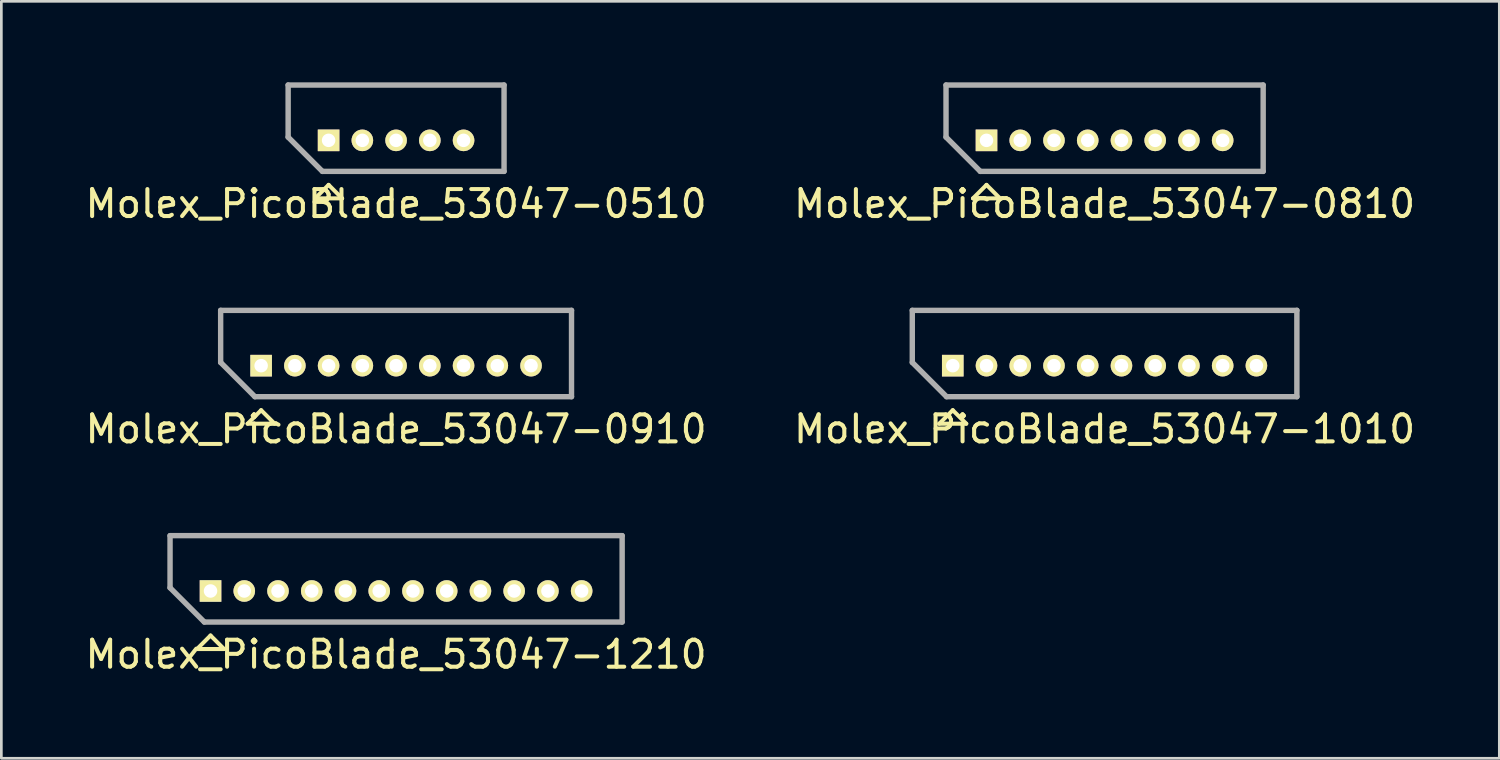
<source format=kicad_pcb>
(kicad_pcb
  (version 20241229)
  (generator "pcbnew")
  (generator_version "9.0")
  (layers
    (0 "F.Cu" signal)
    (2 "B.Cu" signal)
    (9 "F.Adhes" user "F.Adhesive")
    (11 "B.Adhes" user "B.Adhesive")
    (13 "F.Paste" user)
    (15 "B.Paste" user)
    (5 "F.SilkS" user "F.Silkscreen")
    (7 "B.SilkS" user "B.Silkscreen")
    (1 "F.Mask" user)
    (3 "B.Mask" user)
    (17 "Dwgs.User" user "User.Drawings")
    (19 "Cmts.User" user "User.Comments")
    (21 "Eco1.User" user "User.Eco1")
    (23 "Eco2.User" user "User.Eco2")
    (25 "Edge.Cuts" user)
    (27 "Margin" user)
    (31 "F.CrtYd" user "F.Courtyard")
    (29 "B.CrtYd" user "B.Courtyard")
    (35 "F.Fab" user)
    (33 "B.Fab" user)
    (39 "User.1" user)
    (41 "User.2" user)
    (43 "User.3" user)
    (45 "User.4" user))
  (footprint "Molex_PicoBlade_53047-1210"
    (layer "F.Cu")
    (at 4.75 18.846)
    (property "Reference" "Molex_PicoBlade_53047-1210" (at 6.875 2.35 0) (layer "F.SilkS") (effects (font (size 1 1) (thickness 0.15))))
    (attr through_hole)
    (fp_line (start -1.5 -2.05) (end 15.25 -2.05) (stroke (width 0.15) (type solid)) (layer "F.SilkS"))
    (fp_line (start -1.5 -0.12) (end -1.5 -2.05) (stroke (width 0.15) (type solid)) (layer "F.SilkS"))
    (fp_line (start -0.5 2.15) (end 0 1.65) (stroke (width 0.15) (type solid)) (layer "F.SilkS"))
    (fp_line (start 0 1.65) (end 0.5 2.15) (stroke (width 0.15) (type solid)) (layer "F.SilkS"))
    (fp_line (start 0.5 2.15) (end -0.5 2.15) (stroke (width 0.15) (type solid)) (layer "F.SilkS"))
    (fp_line (start 15.25 -2.05) (end 15.25 1.15) (stroke (width 0.15) (type solid)) (layer "F.SilkS"))
    (fp_line (start 15.25 1.15) (end -0.23 1.15) (stroke (width 0.15) (type solid)) (layer "F.SilkS"))
    (fp_line (start -1.5 -2.05) (end 15.25 -2.05) (stroke (width 0.2) (type solid)) (layer "F.Fab"))
    (fp_line (start -1.5 -0.12) (end -1.5 -2.05) (stroke (width 0.2) (type solid)) (layer "F.Fab"))
    (fp_line (start -0.23 1.15) (end -1.5 -0.12) (stroke (width 0.2) (type solid)) (layer "F.Fab"))
    (fp_line (start 15.25 -2.05) (end 15.25 1.15) (stroke (width 0.2) (type solid)) (layer "F.Fab"))
    (fp_line (start 15.25 1.15) (end -0.23 1.15) (stroke (width 0.2) (type solid)) (layer "F.Fab"))
    (pad "1" thru_hole rect (at 0 0) (size 0.8 0.8) (drill 0.5) (layers "*.Cu" "*.Mask" "F.SilkS"))
    (pad "2" thru_hole oval (at 1.25 0) (size 0.8 0.8) (drill 0.5) (layers "*.Cu" "*.Mask" "F.SilkS"))
    (pad "3" thru_hole oval (at 2.5 0) (size 0.8 0.8) (drill 0.5) (layers "*.Cu" "*.Mask" "F.SilkS"))
    (pad "4" thru_hole oval (at 3.75 0) (size 0.8 0.8) (drill 0.5) (layers "*.Cu" "*.Mask" "F.SilkS"))
    (pad "5" thru_hole oval (at 5 0) (size 0.8 0.8) (drill 0.5) (layers "*.Cu" "*.Mask" "F.SilkS"))
    (pad "6" thru_hole oval (at 6.25 0) (size 0.8 0.8) (drill 0.5) (layers "*.Cu" "*.Mask" "F.SilkS"))
    (pad "7" thru_hole oval (at 7.5 0) (size 0.8 0.8) (drill 0.5) (layers "*.Cu" "*.Mask" "F.SilkS"))
    (pad "8" thru_hole oval (at 8.75 0) (size 0.8 0.8) (drill 0.5) (layers "*.Cu" "*.Mask" "F.SilkS"))
    (pad "9" thru_hole oval (at 10 0) (size 0.8 0.8) (drill 0.5) (layers "*.Cu" "*.Mask" "F.SilkS"))
    (pad "10" thru_hole oval (at 11.25 0) (size 0.8 0.8) (drill 0.5) (layers "*.Cu" "*.Mask" "F.SilkS"))
    (pad "11" thru_hole oval (at 12.5 0) (size 0.8 0.8) (drill 0.5) (layers "*.Cu" "*.Mask" "F.SilkS"))
    (pad "12" thru_hole oval (at 13.75 0) (size 0.8 0.8) (drill 0.5) (layers "*.Cu" "*.Mask" "F.SilkS")))
  (footprint "Molex_PicoBlade_53047-0510"
    (layer "F.Cu")
    (at 9.125 2.15)
    (property "Reference" "Molex_PicoBlade_53047-0510" (at 2.5 2.35 0) (layer "F.SilkS") (effects (font (size 1 1) (thickness 0.15))))
    (attr through_hole)
    (fp_line (start -1.5 -2.05) (end 6.5 -2.05) (stroke (width 0.15) (type solid)) (layer "F.SilkS"))
    (fp_line (start -1.5 -0.12) (end -1.5 -2.05) (stroke (width 0.15) (type solid)) (layer "F.SilkS"))
    (fp_line (start -0.5 2.15) (end 0 1.65) (stroke (width 0.15) (type solid)) (layer "F.SilkS"))
    (fp_line (start 0 1.65) (end 0.5 2.15) (stroke (width 0.15) (type solid)) (layer "F.SilkS"))
    (fp_line (start 0.5 2.15) (end -0.5 2.15) (stroke (width 0.15) (type solid)) (layer "F.SilkS"))
    (fp_line (start 6.5 -2.05) (end 6.5 1.15) (stroke (width 0.15) (type solid)) (layer "F.SilkS"))
    (fp_line (start 6.5 1.15) (end -0.23 1.15) (stroke (width 0.15) (type solid)) (layer "F.SilkS"))
    (fp_line (start -1.5 -2.05) (end 6.5 -2.05) (stroke (width 0.2) (type solid)) (layer "F.Fab"))
    (fp_line (start -1.5 -0.12) (end -1.5 -2.05) (stroke (width 0.2) (type solid)) (layer "F.Fab"))
    (fp_line (start -0.23 1.15) (end -1.5 -0.12) (stroke (width 0.2) (type solid)) (layer "F.Fab"))
    (fp_line (start 6.5 -2.05) (end 6.5 1.15) (stroke (width 0.2) (type solid)) (layer "F.Fab"))
    (fp_line (start 6.5 1.15) (end -0.23 1.15) (stroke (width 0.2) (type solid)) (layer "F.Fab"))
    (pad "1" thru_hole rect (at 0 0) (size 0.8 0.8) (drill 0.5) (layers "*.Cu" "*.Mask" "F.SilkS"))
    (pad "2" thru_hole oval (at 1.25 0) (size 0.8 0.8) (drill 0.5) (layers "*.Cu" "*.Mask" "F.SilkS"))
    (pad "3" thru_hole oval (at 2.5 0) (size 0.8 0.8) (drill 0.5) (layers "*.Cu" "*.Mask" "F.SilkS"))
    (pad "4" thru_hole oval (at 3.75 0) (size 0.8 0.8) (drill 0.5) (layers "*.Cu" "*.Mask" "F.SilkS"))
    (pad "5" thru_hole oval (at 5 0) (size 0.8 0.8) (drill 0.5) (layers "*.Cu" "*.Mask" "F.SilkS")))
  (footprint "Molex_PicoBlade_53047-0910"
    (layer "F.Cu")
    (at 6.625 10.498)
    (property "Reference" "Molex_PicoBlade_53047-0910" (at 5 2.35 0) (layer "F.SilkS") (effects (font (size 1 1) (thickness 0.15))))
    (attr through_hole)
    (fp_line (start -1.5 -2.05) (end 11.5 -2.05) (stroke (width 0.15) (type solid)) (layer "F.SilkS"))
    (fp_line (start -1.5 -0.12) (end -1.5 -2.05) (stroke (width 0.15) (type solid)) (layer "F.SilkS"))
    (fp_line (start -0.5 2.15) (end 0 1.65) (stroke (width 0.15) (type solid)) (layer "F.SilkS"))
    (fp_line (start 0 1.65) (end 0.5 2.15) (stroke (width 0.15) (type solid)) (layer "F.SilkS"))
    (fp_line (start 0.5 2.15) (end -0.5 2.15) (stroke (width 0.15) (type solid)) (layer "F.SilkS"))
    (fp_line (start 11.5 -2.05) (end 11.5 1.15) (stroke (width 0.15) (type solid)) (layer "F.SilkS"))
    (fp_line (start 11.5 1.15) (end -0.23 1.15) (stroke (width 0.15) (type solid)) (layer "F.SilkS"))
    (fp_line (start -1.5 -2.05) (end 11.5 -2.05) (stroke (width 0.2) (type solid)) (layer "F.Fab"))
    (fp_line (start -1.5 -0.12) (end -1.5 -2.05) (stroke (width 0.2) (type solid)) (layer "F.Fab"))
    (fp_line (start -0.23 1.15) (end -1.5 -0.12) (stroke (width 0.2) (type solid)) (layer "F.Fab"))
    (fp_line (start 11.5 -2.05) (end 11.5 1.15) (stroke (width 0.2) (type solid)) (layer "F.Fab"))
    (fp_line (start 11.5 1.15) (end -0.23 1.15) (stroke (width 0.2) (type solid)) (layer "F.Fab"))
    (pad "1" thru_hole rect (at 0 0) (size 0.8 0.8) (drill 0.5) (layers "*.Cu" "*.Mask" "F.SilkS"))
    (pad "2" thru_hole oval (at 1.25 0) (size 0.8 0.8) (drill 0.5) (layers "*.Cu" "*.Mask" "F.SilkS"))
    (pad "3" thru_hole oval (at 2.5 0) (size 0.8 0.8) (drill 0.5) (layers "*.Cu" "*.Mask" "F.SilkS"))
    (pad "4" thru_hole oval (at 3.75 0) (size 0.8 0.8) (drill 0.5) (layers "*.Cu" "*.Mask" "F.SilkS"))
    (pad "5" thru_hole oval (at 5 0) (size 0.8 0.8) (drill 0.5) (layers "*.Cu" "*.Mask" "F.SilkS"))
    (pad "6" thru_hole oval (at 6.25 0) (size 0.8 0.8) (drill 0.5) (layers "*.Cu" "*.Mask" "F.SilkS"))
    (pad "7" thru_hole oval (at 7.5 0) (size 0.8 0.8) (drill 0.5) (layers "*.Cu" "*.Mask" "F.SilkS"))
    (pad "8" thru_hole oval (at 8.75 0) (size 0.8 0.8) (drill 0.5) (layers "*.Cu" "*.Mask" "F.SilkS"))
    (pad "9" thru_hole oval (at 10 0) (size 0.8 0.8) (drill 0.5) (layers "*.Cu" "*.Mask" "F.SilkS")))
  (footprint "Molex_PicoBlade_53047-1010"
    (layer "F.Cu")
    (at 32.25 10.498)
    (property "Reference" "Molex_PicoBlade_53047-1010" (at 5.625 2.35 0) (layer "F.SilkS") (effects (font (size 1 1) (thickness 0.15))))
    (attr through_hole)
    (fp_line (start -1.5 -2.05) (end 12.75 -2.05) (stroke (width 0.15) (type solid)) (layer "F.SilkS"))
    (fp_line (start -1.5 -0.12) (end -1.5 -2.05) (stroke (width 0.15) (type solid)) (layer "F.SilkS"))
    (fp_line (start -0.5 2.15) (end 0 1.65) (stroke (width 0.15) (type solid)) (layer "F.SilkS"))
    (fp_line (start 0 1.65) (end 0.5 2.15) (stroke (width 0.15) (type solid)) (layer "F.SilkS"))
    (fp_line (start 0.5 2.15) (end -0.5 2.15) (stroke (width 0.15) (type solid)) (layer "F.SilkS"))
    (fp_line (start 12.75 -2.05) (end 12.75 1.15) (stroke (width 0.15) (type solid)) (layer "F.SilkS"))
    (fp_line (start 12.75 1.15) (end -0.23 1.15) (stroke (width 0.15) (type solid)) (layer "F.SilkS"))
    (fp_line (start -1.5 -2.05) (end 12.75 -2.05) (stroke (width 0.2) (type solid)) (layer "F.Fab"))
    (fp_line (start -1.5 -0.12) (end -1.5 -2.05) (stroke (width 0.2) (type solid)) (layer "F.Fab"))
    (fp_line (start -0.23 1.15) (end -1.5 -0.12) (stroke (width 0.2) (type solid)) (layer "F.Fab"))
    (fp_line (start 12.75 -2.05) (end 12.75 1.15) (stroke (width 0.2) (type solid)) (layer "F.Fab"))
    (fp_line (start 12.75 1.15) (end -0.23 1.15) (stroke (width 0.2) (type solid)) (layer "F.Fab"))
    (pad "1" thru_hole rect (at 0 0) (size 0.8 0.8) (drill 0.5) (layers "*.Cu" "*.Mask" "F.SilkS"))
    (pad "2" thru_hole oval (at 1.25 0) (size 0.8 0.8) (drill 0.5) (layers "*.Cu" "*.Mask" "F.SilkS"))
    (pad "3" thru_hole oval (at 2.5 0) (size 0.8 0.8) (drill 0.5) (layers "*.Cu" "*.Mask" "F.SilkS"))
    (pad "4" thru_hole oval (at 3.75 0) (size 0.8 0.8) (drill 0.5) (layers "*.Cu" "*.Mask" "F.SilkS"))
    (pad "5" thru_hole oval (at 5 0) (size 0.8 0.8) (drill 0.5) (layers "*.Cu" "*.Mask" "F.SilkS"))
    (pad "6" thru_hole oval (at 6.25 0) (size 0.8 0.8) (drill 0.5) (layers "*.Cu" "*.Mask" "F.SilkS"))
    (pad "7" thru_hole oval (at 7.5 0) (size 0.8 0.8) (drill 0.5) (layers "*.Cu" "*.Mask" "F.SilkS"))
    (pad "8" thru_hole oval (at 8.75 0) (size 0.8 0.8) (drill 0.5) (layers "*.Cu" "*.Mask" "F.SilkS"))
    (pad "9" thru_hole oval (at 10 0) (size 0.8 0.8) (drill 0.5) (layers "*.Cu" "*.Mask" "F.SilkS"))
    (pad "10" thru_hole oval (at 11.25 0) (size 0.8 0.8) (drill 0.5) (layers "*.Cu" "*.Mask" "F.SilkS")))
  (footprint "Molex_PicoBlade_53047-0810"
    (layer "F.Cu")
    (at 33.5 2.15)
    (property "Reference" "Molex_PicoBlade_53047-0810" (at 4.375 2.35 0) (layer "F.SilkS") (effects (font (size 1 1) (thickness 0.15))))
    (attr through_hole)
    (fp_line (start -1.5 -2.05) (end 10.25 -2.05) (stroke (width 0.15) (type solid)) (layer "F.SilkS"))
    (fp_line (start -1.5 -0.12) (end -1.5 -2.05) (stroke (width 0.15) (type solid)) (layer "F.SilkS"))
    (fp_line (start -0.5 2.15) (end 0 1.65) (stroke (width 0.15) (type solid)) (layer "F.SilkS"))
    (fp_line (start 0 1.65) (end 0.5 2.15) (stroke (width 0.15) (type solid)) (layer "F.SilkS"))
    (fp_line (start 0.5 2.15) (end -0.5 2.15) (stroke (width 0.15) (type solid)) (layer "F.SilkS"))
    (fp_line (start 10.25 -2.05) (end 10.25 1.15) (stroke (width 0.15) (type solid)) (layer "F.SilkS"))
    (fp_line (start 10.25 1.15) (end -0.23 1.15) (stroke (width 0.15) (type solid)) (layer "F.SilkS"))
    (fp_line (start -1.5 -2.05) (end 10.25 -2.05) (stroke (width 0.2) (type solid)) (layer "F.Fab"))
    (fp_line (start -1.5 -0.12) (end -1.5 -2.05) (stroke (width 0.2) (type solid)) (layer "F.Fab"))
    (fp_line (start -0.23 1.15) (end -1.5 -0.12) (stroke (width 0.2) (type solid)) (layer "F.Fab"))
    (fp_line (start 10.25 -2.05) (end 10.25 1.15) (stroke (width 0.2) (type solid)) (layer "F.Fab"))
    (fp_line (start 10.25 1.15) (end -0.23 1.15) (stroke (width 0.2) (type solid)) (layer "F.Fab"))
    (pad "1" thru_hole rect (at 0 0) (size 0.8 0.8) (drill 0.5) (layers "*.Cu" "*.Mask" "F.SilkS"))
    (pad "2" thru_hole oval (at 1.25 0) (size 0.8 0.8) (drill 0.5) (layers "*.Cu" "*.Mask" "F.SilkS"))
    (pad "3" thru_hole oval (at 2.5 0) (size 0.8 0.8) (drill 0.5) (layers "*.Cu" "*.Mask" "F.SilkS"))
    (pad "4" thru_hole oval (at 3.75 0) (size 0.8 0.8) (drill 0.5) (layers "*.Cu" "*.Mask" "F.SilkS"))
    (pad "5" thru_hole oval (at 5 0) (size 0.8 0.8) (drill 0.5) (layers "*.Cu" "*.Mask" "F.SilkS"))
    (pad "6" thru_hole oval (at 6.25 0) (size 0.8 0.8) (drill 0.5) (layers "*.Cu" "*.Mask" "F.SilkS"))
    (pad "7" thru_hole oval (at 7.5 0) (size 0.8 0.8) (drill 0.5) (layers "*.Cu" "*.Mask" "F.SilkS"))
    (pad "8" thru_hole oval (at 8.75 0) (size 0.8 0.8) (drill 0.5) (layers "*.Cu" "*.Mask" "F.SilkS")))
  (gr_rect
    (start -3 -3)
    (end 52.5 25.045)
    (stroke (width 0.1) (type default))
    (fill no)
    (layer "Edge.Cuts")))
</source>
